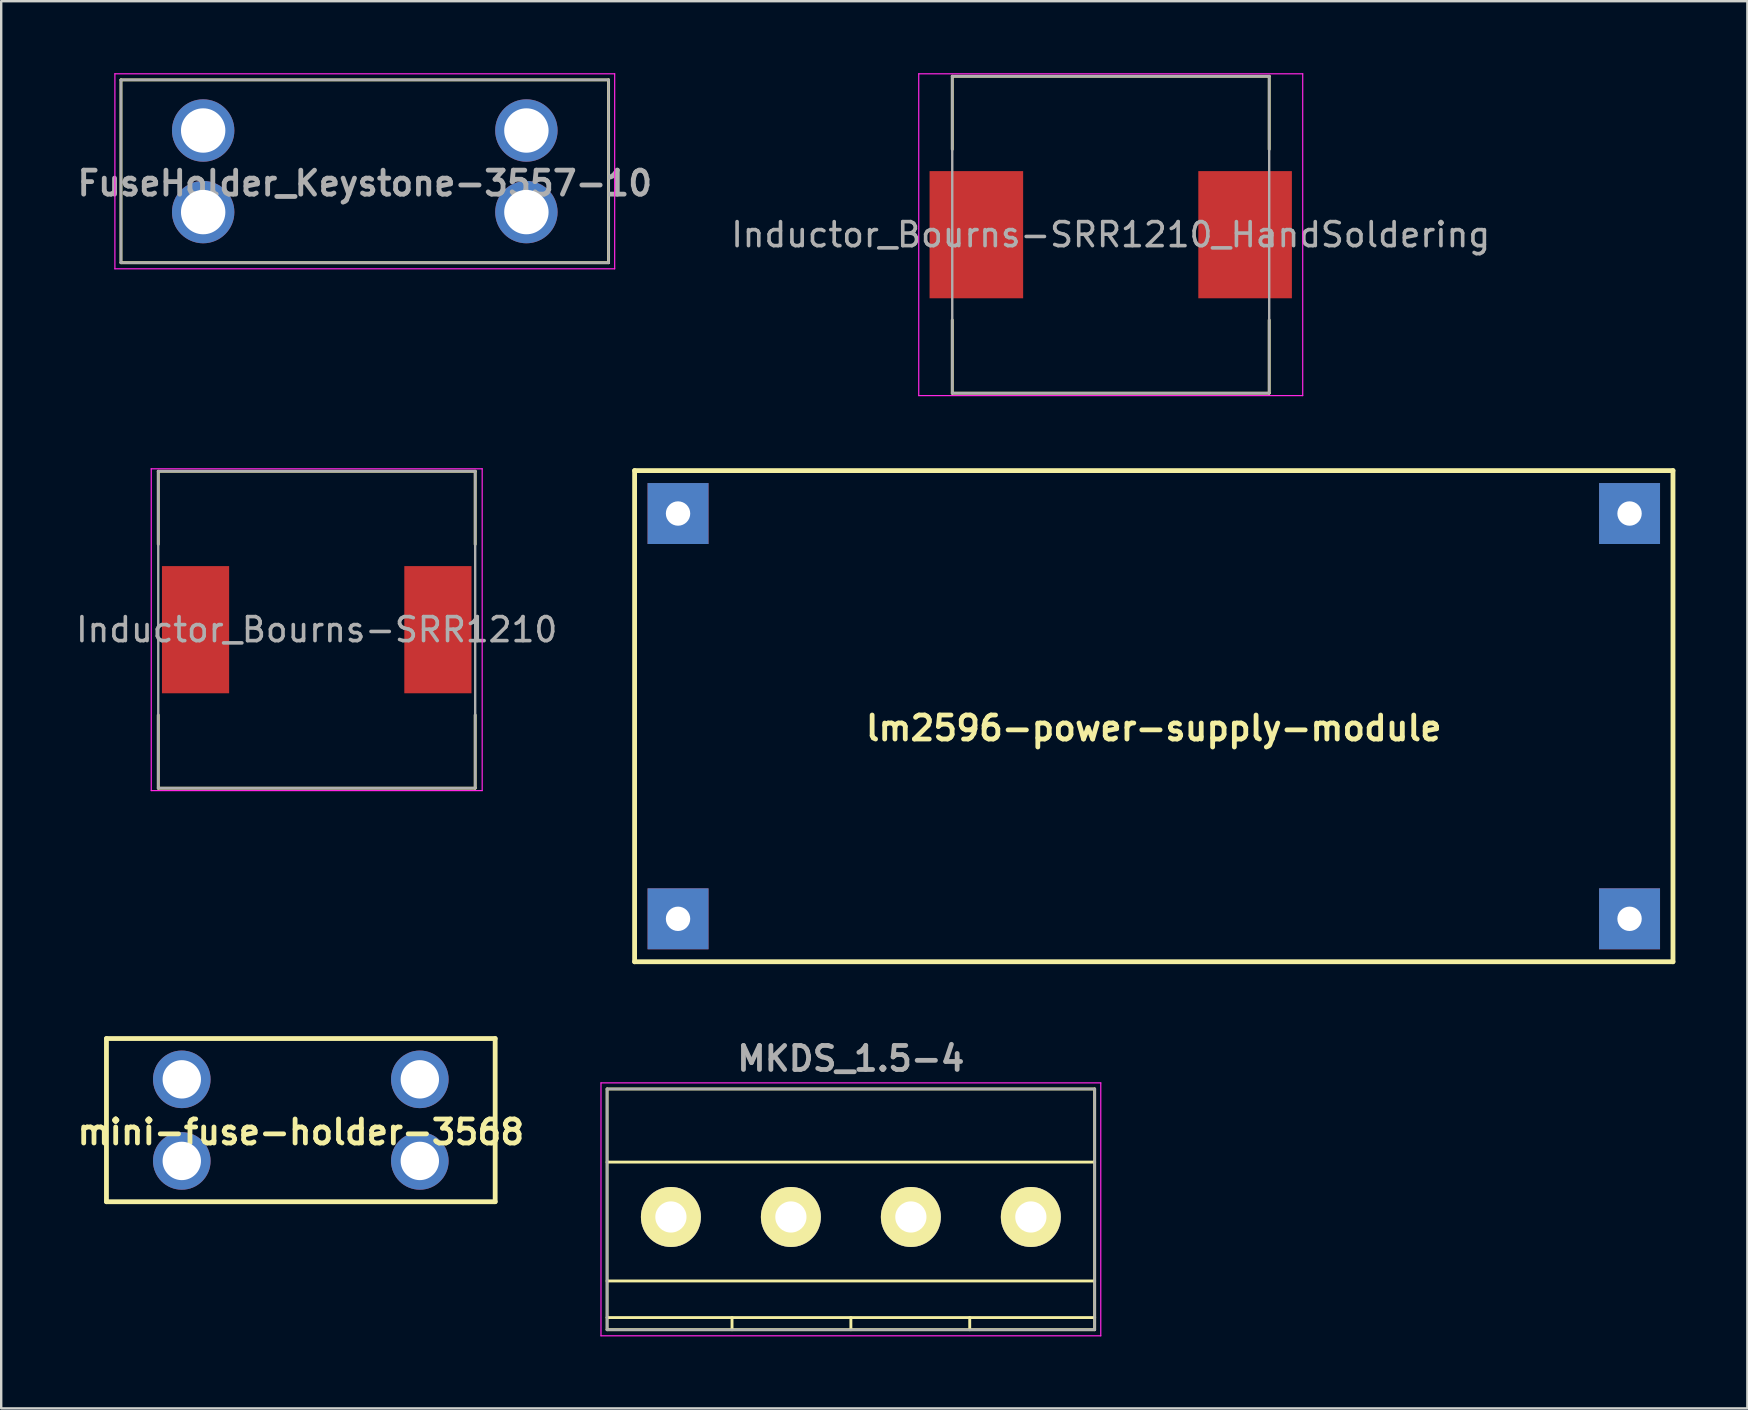
<source format=kicad_pcb>
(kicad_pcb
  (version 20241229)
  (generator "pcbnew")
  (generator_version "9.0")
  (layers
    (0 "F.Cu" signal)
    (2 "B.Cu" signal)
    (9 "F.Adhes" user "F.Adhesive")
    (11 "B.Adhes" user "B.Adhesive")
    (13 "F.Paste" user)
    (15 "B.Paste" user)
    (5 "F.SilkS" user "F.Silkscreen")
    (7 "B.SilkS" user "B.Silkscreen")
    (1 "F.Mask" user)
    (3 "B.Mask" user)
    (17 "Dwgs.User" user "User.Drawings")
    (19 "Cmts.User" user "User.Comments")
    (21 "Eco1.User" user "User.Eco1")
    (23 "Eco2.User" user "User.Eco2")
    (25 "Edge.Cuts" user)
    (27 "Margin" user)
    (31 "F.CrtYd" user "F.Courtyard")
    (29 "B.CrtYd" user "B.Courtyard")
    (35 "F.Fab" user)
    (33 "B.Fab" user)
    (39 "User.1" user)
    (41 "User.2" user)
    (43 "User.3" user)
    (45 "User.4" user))
  (footprint "FuseHolder_Keystone-3557-10"
    (layer "F.Cu")
    (at 12.152 4.089)
    (property "Reference" "FuseHolder_Keystone-3557-10" (at 0 0.5 0) (layer "F.Fab") (effects (font (size 1 1) (thickness 0.2))))
    (attr through_hole)
    (fp_line (start -10.16 -3.81) (end 10.16 -3.81) (stroke (width 0.12) (type solid)) (layer "F.SilkS"))
    (fp_line (start -10.16 3.81) (end -10.16 -3.81) (stroke (width 0.12) (type solid)) (layer "F.SilkS"))
    (fp_line (start 10.16 -3.81) (end 10.16 3.81) (stroke (width 0.12) (type solid)) (layer "F.SilkS"))
    (fp_line (start 10.16 3.81) (end -10.16 3.81) (stroke (width 0.12) (type solid)) (layer "F.SilkS"))
    (fp_line (start -10.414 -4.064) (end -10.414 4.064) (stroke (width 0.05) (type solid)) (layer "F.CrtYd"))
    (fp_line (start -10.414 4.064) (end 10.414 4.064) (stroke (width 0.05) (type solid)) (layer "F.CrtYd"))
    (fp_line (start 10.414 -4.064) (end -10.414 -4.064) (stroke (width 0.05) (type solid)) (layer "F.CrtYd"))
    (fp_line (start 10.414 4.064) (end 10.414 -4.064) (stroke (width 0.05) (type solid)) (layer "F.CrtYd"))
    (fp_line (start -10.16 -3.81) (end -10.16 3.81) (stroke (width 0.1) (type solid)) (layer "F.Fab"))
    (fp_line (start -10.16 3.81) (end 10.16 3.81) (stroke (width 0.1) (type solid)) (layer "F.Fab"))
    (fp_line (start 10.16 -3.81) (end -10.16 -3.81) (stroke (width 0.1) (type solid)) (layer "F.Fab"))
    (fp_line (start 10.16 3.81) (end 10.16 -3.81) (stroke (width 0.1) (type solid)) (layer "F.Fab"))
    (pad "1" thru_hole circle (at -6.735 -1.7) (size 2.6 2.6) (drill 1.85) (layers "*.Cu" "*.Mask"))
    (pad "1" thru_hole circle (at -6.735 1.7) (size 2.6 2.6) (drill 1.85) (layers "*.Cu" "*.Mask"))
    (pad "2" thru_hole circle (at 6.735 -1.7) (size 2.6 2.6) (drill 1.85) (layers "*.Cu" "*.Mask"))
    (pad "2" thru_hole circle (at 6.735 1.7) (size 2.6 2.6) (drill 1.85) (layers "*.Cu" "*.Mask")))
  (footprint "Inductor_Bourns-SRR1210"
    (layer "F.Cu")
    (at 10.149 23.192)
    (property "Reference" "Inductor_Bourns-SRR1210" (at 0 0 0) (layer "F.Fab") (effects (font (size 1 1) (thickness 0.15))))
    (attr smd)
    (fp_line (start -6.604 -6.604) (end 6.604 -6.604) (stroke (width 0.12) (type solid)) (layer "F.SilkS"))
    (fp_line (start -6.604 -3.556) (end -6.604 -6.604) (stroke (width 0.12) (type solid)) (layer "F.SilkS"))
    (fp_line (start -6.604 6.604) (end -6.604 3.556) (stroke (width 0.12) (type solid)) (layer "F.SilkS"))
    (fp_line (start 6.604 -6.604) (end 6.604 -3.556) (stroke (width 0.12) (type solid)) (layer "F.SilkS"))
    (fp_line (start 6.604 3.556) (end 6.604 6.604) (stroke (width 0.12) (type solid)) (layer "F.SilkS"))
    (fp_line (start 6.604 6.604) (end -6.604 6.604) (stroke (width 0.12) (type solid)) (layer "F.SilkS"))
    (fp_line (start -6.896 -6.706) (end 6.896 -6.706) (stroke (width 0.05) (type solid)) (layer "F.CrtYd"))
    (fp_line (start -6.896 6.706) (end -6.896 -6.706) (stroke (width 0.05) (type solid)) (layer "F.CrtYd"))
    (fp_line (start 6.896 -6.706) (end 6.896 6.706) (stroke (width 0.05) (type solid)) (layer "F.CrtYd"))
    (fp_line (start 6.896 6.706) (end -6.896 6.706) (stroke (width 0.05) (type solid)) (layer "F.CrtYd"))
    (fp_line (start -6.604 -6.604) (end -6.604 6.604) (stroke (width 0.1) (type solid)) (layer "F.Fab"))
    (fp_line (start -6.604 6.604) (end 6.604 6.604) (stroke (width 0.1) (type solid)) (layer "F.Fab"))
    (fp_line (start 6.604 -6.604) (end -6.604 -6.604) (stroke (width 0.1) (type solid)) (layer "F.Fab"))
    (fp_line (start 6.604 6.604) (end 6.604 -6.604) (stroke (width 0.1) (type solid)) (layer "F.Fab"))
    (pad "1" smd rect (at -5.05 0) (size 2.8 5.3) (layers "F.Cu" "F.Mask" "F.Paste"))
    (pad "2" smd rect (at 5.05 0) (size 2.8 5.3) (layers "F.Cu" "F.Mask" "F.Paste")))
  (footprint "lm2596-power-supply-module"
    (layer "F.Cu")
    (at 45.034 26.796)
    (property "Reference" "lm2596-power-supply-module" (at 0 0.5 0) (layer "F.SilkS") (effects (font (size 1 1) (thickness 0.2))))
    (attr through_hole)
    (fp_line (start -21.637 -10.235) (end 21.637 -10.235) (stroke (width 0.2) (type solid)) (layer "F.SilkS"))
    (fp_line (start -21.637 10.235) (end -21.637 -10.235) (stroke (width 0.2) (type solid)) (layer "F.SilkS"))
    (fp_line (start 21.637 -10.235) (end 21.637 10.235) (stroke (width 0.2) (type solid)) (layer "F.SilkS"))
    (fp_line (start 21.637 10.235) (end -21.637 10.235) (stroke (width 0.2) (type solid)) (layer "F.SilkS"))
    (pad "1" thru_hole rect (at -19.827 -8.445) (size 2.54 2.54) (drill 1.016) (layers "*.Cu" "*.Mask"))
    (pad "2" thru_hole rect (at -19.827 8.445) (size 2.54 2.54) (drill 1.016) (layers "*.Cu" "*.Mask"))
    (pad "3" thru_hole rect (at 19.827 8.445) (size 2.54 2.54) (drill 1.016) (layers "*.Cu" "*.Mask"))
    (pad "4" thru_hole rect (at 19.827 -8.445) (size 2.54 2.54) (drill 1.016) (layers "*.Cu" "*.Mask")))
  (footprint "mini-fuse-holder-3568"
    (layer "F.Cu")
    (at 9.486 43.631)
    (property "Reference" "mini-fuse-holder-3568" (at 0 0.5 0) (layer "F.SilkS") (effects (font (size 1 1) (thickness 0.2))))
    (attr through_hole)
    (fp_line (start -8.1 -3.4) (end 8.1 -3.4) (stroke (width 0.2) (type solid)) (layer "F.SilkS"))
    (fp_line (start -8.1 3.4) (end -8.1 -3.4) (stroke (width 0.2) (type solid)) (layer "F.SilkS"))
    (fp_line (start 8.1 -3.4) (end 8.1 3.4) (stroke (width 0.2) (type solid)) (layer "F.SilkS"))
    (fp_line (start 8.1 3.4) (end -8.1 3.4) (stroke (width 0.2) (type solid)) (layer "F.SilkS"))
    (pad "1" thru_hole circle (at -4.96 -1.7) (size 2.4 2.4) (drill 1.6) (layers "*.Cu" "*.Mask"))
    (pad "1" thru_hole circle (at -4.96 1.7) (size 2.4 2.4) (drill 1.6) (layers "*.Cu" "*.Mask"))
    (pad "2" thru_hole circle (at 4.96 -1.7) (size 2.4 2.4) (drill 1.6) (layers "*.Cu" "*.Mask"))
    (pad "2" thru_hole circle (at 4.96 1.7) (size 2.4 2.4) (drill 1.6) (layers "*.Cu" "*.Mask")))
  (footprint "Inductor_Bourns-SRR1210_HandSoldering"
    (layer "F.Cu")
    (at 43.239 6.731)
    (property "Reference" "Inductor_Bourns-SRR1210_HandSoldering" (at 0 0 0) (layer "F.Fab") (effects (font (size 1 1) (thickness 0.15))))
    (attr smd)
    (fp_line (start -6.604 -6.604) (end 6.604 -6.604) (stroke (width 0.12) (type solid)) (layer "F.SilkS"))
    (fp_line (start -6.604 -3.556) (end -6.604 -6.604) (stroke (width 0.12) (type solid)) (layer "F.SilkS"))
    (fp_line (start -6.604 6.604) (end -6.604 3.556) (stroke (width 0.12) (type solid)) (layer "F.SilkS"))
    (fp_line (start 6.604 -6.604) (end 6.604 -3.556) (stroke (width 0.12) (type solid)) (layer "F.SilkS"))
    (fp_line (start 6.604 3.556) (end 6.604 6.604) (stroke (width 0.12) (type solid)) (layer "F.SilkS"))
    (fp_line (start 6.604 6.604) (end -6.604 6.604) (stroke (width 0.12) (type solid)) (layer "F.SilkS"))
    (fp_line (start -8.001 -6.706) (end 8.001 -6.706) (stroke (width 0.05) (type solid)) (layer "F.CrtYd"))
    (fp_line (start -8.001 6.706) (end -8.001 -6.706) (stroke (width 0.05) (type solid)) (layer "F.CrtYd"))
    (fp_line (start 8.001 -6.706) (end 8.001 6.706) (stroke (width 0.05) (type solid)) (layer "F.CrtYd"))
    (fp_line (start 8.001 6.706) (end -8.001 6.706) (stroke (width 0.05) (type solid)) (layer "F.CrtYd"))
    (fp_line (start -6.604 -6.604) (end -6.604 6.604) (stroke (width 0.1) (type solid)) (layer "F.Fab"))
    (fp_line (start -6.604 6.604) (end 6.604 6.604) (stroke (width 0.1) (type solid)) (layer "F.Fab"))
    (fp_line (start 6.604 -6.604) (end -6.604 -6.604) (stroke (width 0.1) (type solid)) (layer "F.Fab"))
    (fp_line (start 6.604 6.604) (end 6.604 -6.604) (stroke (width 0.1) (type solid)) (layer "F.Fab"))
    (pad "1" smd rect (at -5.6 0) (size 3.9 5.3) (layers "F.Cu" "F.Mask" "F.Paste"))
    (pad "2" smd rect (at 5.6 0) (size 3.9 5.3) (layers "F.Cu" "F.Mask" "F.Paste")))
  (footprint "MKDS_1.5-4"
    (layer "F.Cu")
    (at 32.41 47.667)
    (property "Reference" "MKDS_1.5-4" (at 0 -6.6 0) (layer "F.Fab") (effects (font (size 1 1) (thickness 0.2))))
    (attr through_hole)
    (fp_line (start -10.16 -5.334) (end -10.16 4.699) (stroke (width 0.12) (type solid)) (layer "F.SilkS"))
    (fp_line (start -10.16 -2.286) (end 10.16 -2.286) (stroke (width 0.12) (type solid)) (layer "F.SilkS"))
    (fp_line (start -10.16 2.667) (end 10.16 2.667) (stroke (width 0.12) (type solid)) (layer "F.SilkS"))
    (fp_line (start -10.16 4.191) (end 10.16 4.191) (stroke (width 0.12) (type solid)) (layer "F.SilkS"))
    (fp_line (start -10.16 4.699) (end 10.16 4.699) (stroke (width 0.12) (type solid)) (layer "F.SilkS"))
    (fp_line (start -4.953 4.191) (end -4.953 4.699) (stroke (width 0.12) (type solid)) (layer "F.SilkS"))
    (fp_line (start 0 4.191) (end 0 4.699) (stroke (width 0.12) (type solid)) (layer "F.SilkS"))
    (fp_line (start 4.953 4.191) (end 4.953 4.699) (stroke (width 0.12) (type solid)) (layer "F.SilkS"))
    (fp_line (start 10.16 -5.334) (end -10.16 -5.334) (stroke (width 0.12) (type solid)) (layer "F.SilkS"))
    (fp_line (start 10.16 4.699) (end 10.16 -5.334) (stroke (width 0.12) (type solid)) (layer "F.SilkS"))
    (fp_line (start -10.414 -5.588) (end 10.414 -5.588) (stroke (width 0.05) (type solid)) (layer "F.CrtYd"))
    (fp_line (start -10.414 4.953) (end -10.414 -5.588) (stroke (width 0.05) (type solid)) (layer "F.CrtYd"))
    (fp_line (start 10.414 -5.588) (end 10.414 4.953) (stroke (width 0.05) (type solid)) (layer "F.CrtYd"))
    (fp_line (start 10.414 4.953) (end -10.414 4.953) (stroke (width 0.05) (type solid)) (layer "F.CrtYd"))
    (fp_line (start -10.16 -5.334) (end -10.16 4.699) (stroke (width 0.1) (type solid)) (layer "F.Fab"))
    (fp_line (start -10.16 4.699) (end 10.16 4.699) (stroke (width 0.1) (type solid)) (layer "F.Fab"))
    (fp_line (start 10.16 -5.334) (end -10.16 -5.334) (stroke (width 0.1) (type solid)) (layer "F.Fab"))
    (fp_line (start 10.16 4.699) (end 10.16 -5.334) (stroke (width 0.1) (type solid)) (layer "F.Fab"))
    (pad "1" thru_hole circle (at -7.5 0) (size 2.5 2.5) (drill 1.3) (layers "*.Cu" "*.Mask" "F.SilkS"))
    (pad "2" thru_hole circle (at -2.5 0) (size 2.5 2.5) (drill 1.3) (layers "*.Cu" "*.Mask" "F.SilkS"))
    (pad "3" thru_hole circle (at 2.5 0) (size 2.5 2.5) (drill 1.3) (layers "*.Cu" "*.Mask" "F.SilkS"))
    (pad "4" thru_hole circle (at 7.5 0) (size 2.5 2.5) (drill 1.3) (layers "*.Cu" "*.Mask" "F.SilkS")))
  (gr_rect
    (start -3 -3)
    (end 69.771 55.645)
    (stroke (width 0.1) (type default))
    (fill no)
    (layer "Edge.Cuts")))
</source>
